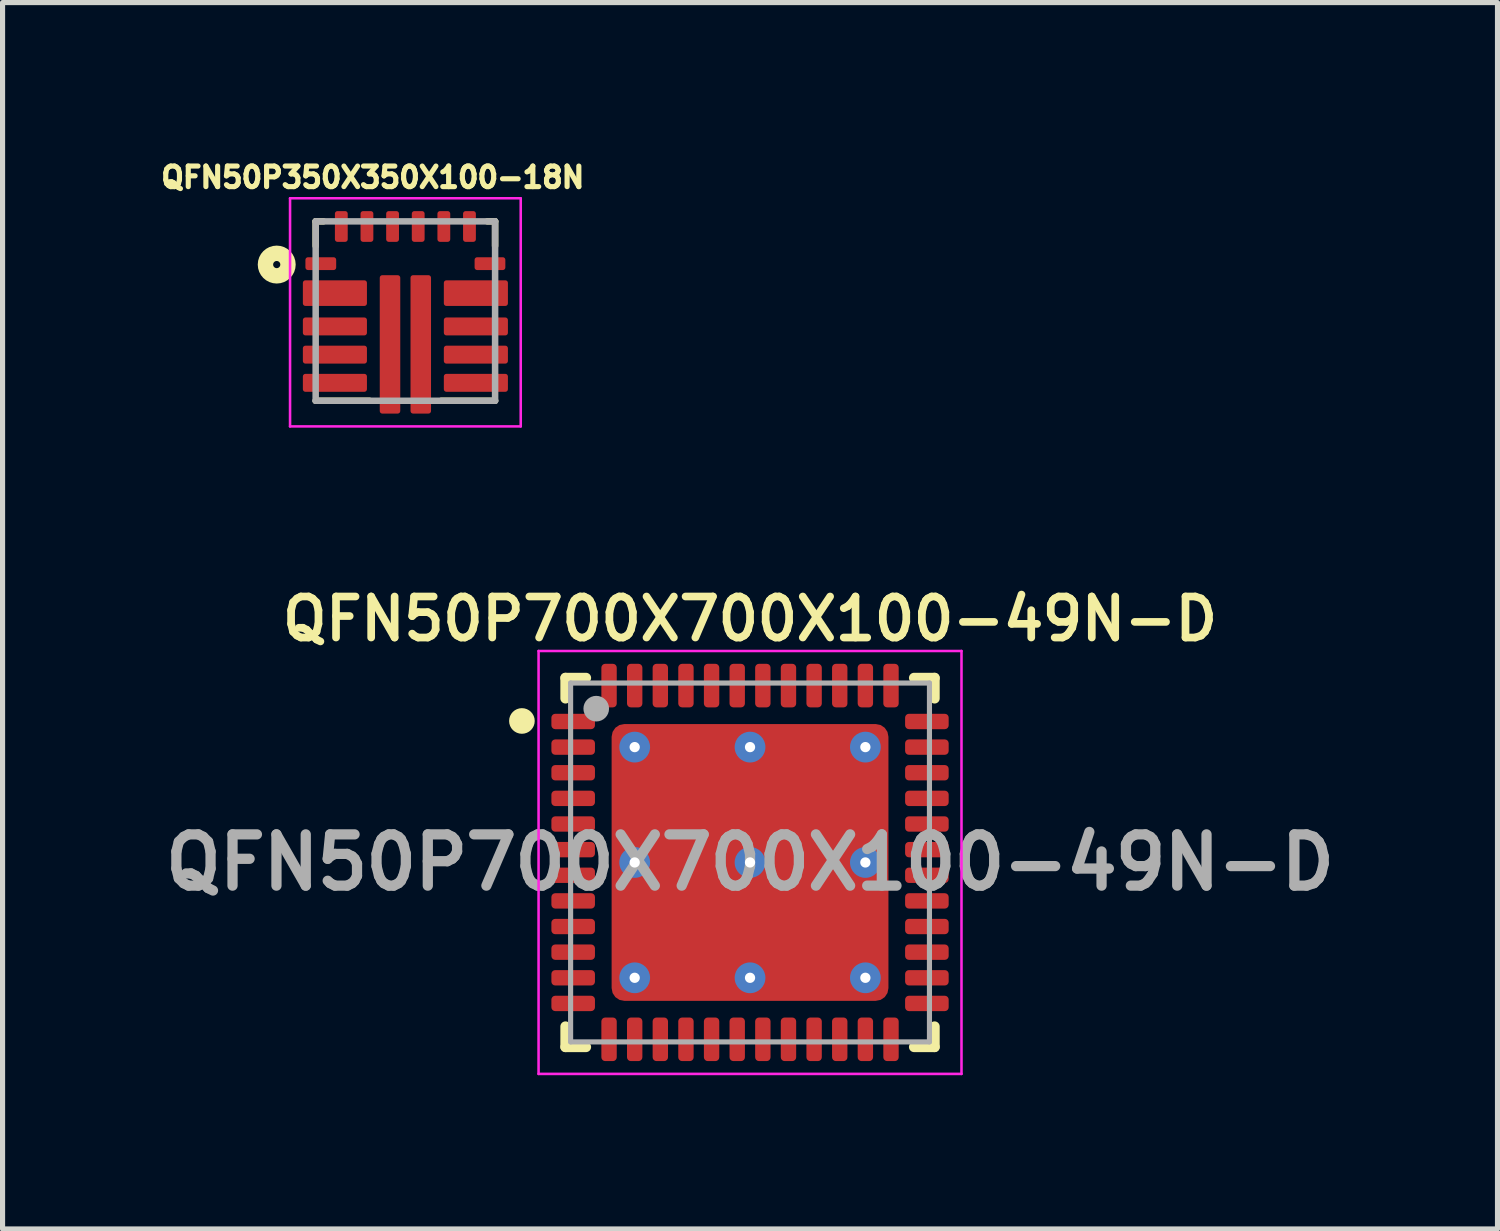
<source format=kicad_pcb>
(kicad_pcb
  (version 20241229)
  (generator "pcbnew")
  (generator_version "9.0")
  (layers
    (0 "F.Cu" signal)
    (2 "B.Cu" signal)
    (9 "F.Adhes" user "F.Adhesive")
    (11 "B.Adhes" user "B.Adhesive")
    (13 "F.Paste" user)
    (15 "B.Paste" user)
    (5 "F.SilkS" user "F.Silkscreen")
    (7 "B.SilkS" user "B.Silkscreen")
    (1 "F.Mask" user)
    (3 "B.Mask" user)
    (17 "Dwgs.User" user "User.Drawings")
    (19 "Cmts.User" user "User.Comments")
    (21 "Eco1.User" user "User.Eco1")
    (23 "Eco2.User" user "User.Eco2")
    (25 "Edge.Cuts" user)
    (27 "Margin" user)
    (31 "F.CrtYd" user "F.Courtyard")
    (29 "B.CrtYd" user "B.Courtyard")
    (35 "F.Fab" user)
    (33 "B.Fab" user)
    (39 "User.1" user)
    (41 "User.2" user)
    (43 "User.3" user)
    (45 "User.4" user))
  (footprint "QFN50P350X350X100-18N"
    (layer "F.Cu")
    (at 4.858 3.018)
    (property "Reference" "QFN50P350X350X100-18N" (at -0.636 -2.608 0) (layer "F.SilkS") (effects (font (size 0.401 0.401) (thickness 0.1))))
    (attr smd)
    (fp_line (start -1.75 -1.75) (end -1.75 -1.27) (stroke (width 0.127) (type solid)) (layer "F.SilkS"))
    (fp_line (start -1.6 -1.75) (end -1.75 -1.75) (stroke (width 0.127) (type solid)) (layer "F.SilkS"))
    (fp_line (start -0.7 1.75) (end -1.75 1.75) (stroke (width 0.127) (type solid)) (layer "F.SilkS"))
    (fp_line (start 1.6 -1.75) (end 1.75 -1.75) (stroke (width 0.127) (type solid)) (layer "F.SilkS"))
    (fp_line (start 1.75 -1.75) (end 1.75 -1.27) (stroke (width 0.127) (type solid)) (layer "F.SilkS"))
    (fp_line (start 1.75 1.75) (end 0.7 1.75) (stroke (width 0.127) (type solid)) (layer "F.SilkS"))
    (fp_circle (center -2.51 -0.907) (end -2.44 -0.907) (stroke (width 0.3) (type solid)) (fill no) (layer "F.SilkS"))
    (fp_poly (pts (xy -1.953 1.275) (xy -0.8 1.275) (xy -0.8 1.528) (xy -1.953 1.528)) (stroke (width 0.01) (type solid)) (fill yes) (layer "F.Paste"))
    (fp_poly (pts (xy -1.95 0.725) (xy -0.8 0.725) (xy -0.8 0.975) (xy -1.95 0.975)) (stroke (width 0.01) (type solid)) (fill yes) (layer "F.Paste"))
    (fp_poly (pts (xy -1.95 0.175) (xy -0.8 0.175) (xy -0.8 0.425) (xy -1.95 0.425)) (stroke (width 0.01) (type solid)) (fill yes) (layer "F.Paste"))
    (fp_poly (pts (xy -1.95 -0.53) (xy -0.8 -0.53) (xy -0.8 -0.17) (xy -1.95 -0.17)) (stroke (width 0.01) (type solid)) (fill yes) (layer "F.Paste"))
    (fp_poly (pts (xy -0.451 1.218) (xy -0.15 1.218) (xy -0.15 1.954) (xy -0.451 1.954)) (stroke (width 0.01) (type solid)) (fill yes) (layer "F.Paste"))
    (fp_poly (pts (xy -0.451 0.284) (xy -0.15 0.284) (xy -0.15 1.019) (xy -0.451 1.019)) (stroke (width 0.01) (type solid)) (fill yes) (layer "F.Paste"))
    (fp_poly (pts (xy -0.45 -0.649) (xy -0.15 -0.649) (xy -0.15 0.084) (xy -0.45 0.084)) (stroke (width 0.01) (type solid)) (fill yes) (layer "F.Paste"))
    (fp_poly (pts (xy 0.15 -0.649) (xy 0.45 -0.649) (xy 0.45 0.084) (xy 0.15 0.084)) (stroke (width 0.01) (type solid)) (fill yes) (layer "F.Paste"))
    (fp_poly (pts (xy 0.15 1.218) (xy 0.45 1.218) (xy 0.45 1.954) (xy 0.15 1.954)) (stroke (width 0.01) (type solid)) (fill yes) (layer "F.Paste"))
    (fp_poly (pts (xy 0.15 0.284) (xy 0.45 0.284) (xy 0.45 1.02) (xy 0.15 1.02)) (stroke (width 0.01) (type solid)) (fill yes) (layer "F.Paste"))
    (fp_poly (pts (xy 0.8 -0.53) (xy 1.95 -0.53) (xy 1.95 -0.17) (xy 0.8 -0.17)) (stroke (width 0.01) (type solid)) (fill yes) (layer "F.Paste"))
    (fp_poly (pts (xy 0.801 1.275) (xy 1.95 1.275) (xy 1.95 1.526) (xy 0.801 1.526)) (stroke (width 0.01) (type solid)) (fill yes) (layer "F.Paste"))
    (fp_poly (pts (xy 0.801 0.725) (xy 1.95 0.725) (xy 1.95 0.976) (xy 0.801 0.976)) (stroke (width 0.01) (type solid)) (fill yes) (layer "F.Paste"))
    (fp_poly (pts (xy 0.801 0.175) (xy 1.95 0.175) (xy 1.95 0.426) (xy 0.801 0.426)) (stroke (width 0.01) (type solid)) (fill yes) (layer "F.Paste"))
    (fp_line (start -2.25 -2.2) (end 2.25 -2.2) (stroke (width 0.05) (type solid)) (layer "F.CrtYd"))
    (fp_line (start -2.25 2.25) (end -2.25 -2.2) (stroke (width 0.05) (type solid)) (layer "F.CrtYd"))
    (fp_line (start 2.25 -2.2) (end 2.25 2.25) (stroke (width 0.05) (type solid)) (layer "F.CrtYd"))
    (fp_line (start 2.25 2.25) (end -2.25 2.25) (stroke (width 0.05) (type solid)) (layer "F.CrtYd"))
    (fp_line (start -1.75 -1.75) (end 1.75 -1.75) (stroke (width 0.127) (type solid)) (layer "F.Fab"))
    (fp_line (start -1.75 1.75) (end -1.75 -1.75) (stroke (width 0.127) (type solid)) (layer "F.Fab"))
    (fp_line (start 1.75 -1.75) (end 1.75 1.75) (stroke (width 0.127) (type solid)) (layer "F.Fab"))
    (fp_line (start 1.75 1.75) (end -1.75 1.75) (stroke (width 0.127) (type solid)) (layer "F.Fab"))
    (pad "1" smd roundrect (at -1.65 -0.925) (size 0.6 0.25) (layers "F.Cu" "F.Mask" "F.Paste") (roundrect_rratio 0.2))
    (pad "2" smd roundrect (at -1.375 -0.35) (size 1.25 0.5) (layers "F.Cu" "F.Mask") (roundrect_rratio 0.1))
    (pad "3" smd roundrect (at -1.375 0.3) (size 1.25 0.35) (layers "F.Cu" "F.Mask") (roundrect_rratio 0.143))
    (pad "4" smd roundrect (at -1.375 0.85) (size 1.25 0.35) (layers "F.Cu" "F.Mask") (roundrect_rratio 0.143))
    (pad "5" smd roundrect (at -1.375 1.4) (size 1.25 0.35) (layers "F.Cu" "F.Mask") (roundrect_rratio 0.143))
    (pad "6" smd roundrect (at -0.3 0.65) (size 0.4 2.7) (layers "F.Cu" "F.Mask") (roundrect_rratio 0.125))
    (pad "7" smd roundrect (at 0.3 0.65) (size 0.4 2.7) (layers "F.Cu" "F.Mask") (roundrect_rratio 0.125))
    (pad "8" smd roundrect (at 1.375 1.4) (size 1.25 0.35) (layers "F.Cu" "F.Mask") (roundrect_rratio 0.143))
    (pad "9" smd roundrect (at 1.375 0.85) (size 1.25 0.35) (layers "F.Cu" "F.Mask") (roundrect_rratio 0.143))
    (pad "10" smd roundrect (at 1.375 0.3) (size 1.25 0.35) (layers "F.Cu" "F.Mask") (roundrect_rratio 0.143))
    (pad "11" smd roundrect (at 1.375 -0.35) (size 1.25 0.5) (layers "F.Cu" "F.Mask") (roundrect_rratio 0.1))
    (pad "12" smd roundrect (at 1.65 -0.925) (size 0.6 0.25) (layers "F.Cu" "F.Mask" "F.Paste") (roundrect_rratio 0.2))
    (pad "13" smd roundrect (at 1.25 -1.65) (size 0.25 0.6) (layers "F.Cu" "F.Mask" "F.Paste") (roundrect_rratio 0.2))
    (pad "14" smd roundrect (at 0.75 -1.65) (size 0.25 0.6) (layers "F.Cu" "F.Mask" "F.Paste") (roundrect_rratio 0.2))
    (pad "15" smd roundrect (at 0.25 -1.65) (size 0.25 0.6) (layers "F.Cu" "F.Mask" "F.Paste") (roundrect_rratio 0.2))
    (pad "16" smd roundrect (at -0.25 -1.65) (size 0.25 0.6) (layers "F.Cu" "F.Mask" "F.Paste") (roundrect_rratio 0.2))
    (pad "17" smd roundrect (at -0.75 -1.65) (size 0.25 0.6) (layers "F.Cu" "F.Mask" "F.Paste") (roundrect_rratio 0.2))
    (pad "18" smd roundrect (at -1.25 -1.65) (size 0.25 0.6) (layers "F.Cu" "F.Mask" "F.Paste") (roundrect_rratio 0.2)))
  (footprint "QFN50P700X700X100-49N-D"
    (layer "F.Cu")
    (at 11.581 13.774)
    (property "Reference" "QFN50P700X700X100-49N-D" (at 0 -4.75 0) (layer "F.SilkS") (effects (font (size 0.8 0.8) (thickness 0.15) (bold yes))))
    (attr smd)
    (fp_line (start -3.6 -3.6) (end -3.2 -3.6) (stroke (width 0.2) (type default)) (layer "F.SilkS"))
    (fp_line (start -3.6 -3.2) (end -3.6 -3.6) (stroke (width 0.2) (type default)) (layer "F.SilkS"))
    (fp_line (start -3.6 3.2) (end -3.6 3.6) (stroke (width 0.2) (type default)) (layer "F.SilkS"))
    (fp_line (start -3.6 3.6) (end -3.2 3.6) (stroke (width 0.2) (type default)) (layer "F.SilkS"))
    (fp_line (start 3.6 -3.6) (end 3.2 -3.6) (stroke (width 0.2) (type default)) (layer "F.SilkS"))
    (fp_line (start 3.6 -3.2) (end 3.6 -3.6) (stroke (width 0.2) (type default)) (layer "F.SilkS"))
    (fp_line (start 3.6 3.2) (end 3.6 3.6) (stroke (width 0.2) (type default)) (layer "F.SilkS"))
    (fp_line (start 3.6 3.6) (end 3.2 3.6) (stroke (width 0.2) (type default)) (layer "F.SilkS"))
    (fp_circle (center -4.45 -2.76) (end -4.45 -2.635) (stroke (width 0.25) (type solid)) (fill no) (layer "F.SilkS"))
    (fp_line (start -4.125 -4.125) (end 4.125 -4.125) (stroke (width 0.05) (type solid)) (layer "F.CrtYd"))
    (fp_line (start -4.125 4.125) (end -4.125 -4.125) (stroke (width 0.05) (type solid)) (layer "F.CrtYd"))
    (fp_line (start 4.125 -4.125) (end 4.125 4.125) (stroke (width 0.05) (type solid)) (layer "F.CrtYd"))
    (fp_line (start 4.125 4.125) (end -4.125 4.125) (stroke (width 0.05) (type solid)) (layer "F.CrtYd"))
    (fp_line (start -3.5 -3.5) (end 3.5 -3.5) (stroke (width 0.1) (type solid)) (layer "F.Fab"))
    (fp_line (start -3.5 3.5) (end -3.5 -3.5) (stroke (width 0.1) (type solid)) (layer "F.Fab"))
    (fp_line (start 3.5 -3.5) (end 3.5 3.5) (stroke (width 0.1) (type solid)) (layer "F.Fab"))
    (fp_line (start 3.5 3.5) (end -3.5 3.5) (stroke (width 0.1) (type solid)) (layer "F.Fab"))
    (fp_circle (center -3 -3) (end -3 -2.875) (stroke (width 0.25) (type solid)) (fill no) (layer "F.Fab"))
    (fp_text user "${REFERENCE}" (at 0 0 0) (layer "F.Fab") (effects (font (size 1 1) (thickness 0.2) (bold yes))))
    (pad "1" smd roundrect (at -3.45 -2.75 90) (size 0.3 0.85) (layers "F.Cu" "F.Mask" "F.Paste") (roundrect_rratio 0.25))
    (pad "2" smd roundrect (at -3.45 -2.25 90) (size 0.3 0.85) (layers "F.Cu" "F.Mask" "F.Paste") (roundrect_rratio 0.25))
    (pad "3" smd roundrect (at -3.45 -1.75 90) (size 0.3 0.85) (layers "F.Cu" "F.Mask" "F.Paste") (roundrect_rratio 0.25))
    (pad "4" smd roundrect (at -3.45 -1.25 90) (size 0.3 0.85) (layers "F.Cu" "F.Mask" "F.Paste") (roundrect_rratio 0.25))
    (pad "5" smd roundrect (at -3.45 -0.75 90) (size 0.3 0.85) (layers "F.Cu" "F.Mask" "F.Paste") (roundrect_rratio 0.25))
    (pad "6" smd roundrect (at -3.45 -0.25 90) (size 0.3 0.85) (layers "F.Cu" "F.Mask" "F.Paste") (roundrect_rratio 0.25))
    (pad "7" smd roundrect (at -3.45 0.25 90) (size 0.3 0.85) (layers "F.Cu" "F.Mask" "F.Paste") (roundrect_rratio 0.25))
    (pad "8" smd roundrect (at -3.45 0.75 90) (size 0.3 0.85) (layers "F.Cu" "F.Mask" "F.Paste") (roundrect_rratio 0.25))
    (pad "9" smd roundrect (at -3.45 1.25 90) (size 0.3 0.85) (layers "F.Cu" "F.Mask" "F.Paste") (roundrect_rratio 0.25))
    (pad "10" smd roundrect (at -3.45 1.75 90) (size 0.3 0.85) (layers "F.Cu" "F.Mask" "F.Paste") (roundrect_rratio 0.25))
    (pad "11" smd roundrect (at -3.45 2.25 90) (size 0.3 0.85) (layers "F.Cu" "F.Mask" "F.Paste") (roundrect_rratio 0.25))
    (pad "12" smd roundrect (at -3.45 2.75 90) (size 0.3 0.85) (layers "F.Cu" "F.Mask" "F.Paste") (roundrect_rratio 0.25))
    (pad "13" smd roundrect (at -2.75 3.45) (size 0.3 0.85) (layers "F.Cu" "F.Mask" "F.Paste") (roundrect_rratio 0.25))
    (pad "14" smd roundrect (at -2.25 3.45) (size 0.3 0.85) (layers "F.Cu" "F.Mask" "F.Paste") (roundrect_rratio 0.25))
    (pad "15" smd roundrect (at -1.75 3.45) (size 0.3 0.85) (layers "F.Cu" "F.Mask" "F.Paste") (roundrect_rratio 0.25))
    (pad "16" smd roundrect (at -1.25 3.45) (size 0.3 0.85) (layers "F.Cu" "F.Mask" "F.Paste") (roundrect_rratio 0.25))
    (pad "17" smd roundrect (at -0.75 3.45) (size 0.3 0.85) (layers "F.Cu" "F.Mask" "F.Paste") (roundrect_rratio 0.25))
    (pad "18" smd roundrect (at -0.25 3.45) (size 0.3 0.85) (layers "F.Cu" "F.Mask" "F.Paste") (roundrect_rratio 0.25))
    (pad "19" smd roundrect (at 0.25 3.45) (size 0.3 0.85) (layers "F.Cu" "F.Mask" "F.Paste") (roundrect_rratio 0.25))
    (pad "20" smd roundrect (at 0.75 3.45) (size 0.3 0.85) (layers "F.Cu" "F.Mask" "F.Paste") (roundrect_rratio 0.25))
    (pad "21" smd roundrect (at 1.25 3.45) (size 0.3 0.85) (layers "F.Cu" "F.Mask" "F.Paste") (roundrect_rratio 0.25))
    (pad "22" smd roundrect (at 1.75 3.45) (size 0.3 0.85) (layers "F.Cu" "F.Mask" "F.Paste") (roundrect_rratio 0.25))
    (pad "23" smd roundrect (at 2.25 3.45) (size 0.3 0.85) (layers "F.Cu" "F.Mask" "F.Paste") (roundrect_rratio 0.25))
    (pad "24" smd roundrect (at 2.75 3.45) (size 0.3 0.85) (layers "F.Cu" "F.Mask" "F.Paste") (roundrect_rratio 0.25))
    (pad "25" smd roundrect (at 3.45 2.75 90) (size 0.3 0.85) (layers "F.Cu" "F.Mask" "F.Paste") (roundrect_rratio 0.25))
    (pad "26" smd roundrect (at 3.45 2.25 90) (size 0.3 0.85) (layers "F.Cu" "F.Mask" "F.Paste") (roundrect_rratio 0.25))
    (pad "27" smd roundrect (at 3.45 1.75 90) (size 0.3 0.85) (layers "F.Cu" "F.Mask" "F.Paste") (roundrect_rratio 0.25))
    (pad "28" smd roundrect (at 3.45 1.25 90) (size 0.3 0.85) (layers "F.Cu" "F.Mask" "F.Paste") (roundrect_rratio 0.25))
    (pad "29" smd roundrect (at 3.45 0.75 90) (size 0.3 0.85) (layers "F.Cu" "F.Mask" "F.Paste") (roundrect_rratio 0.25))
    (pad "30" smd roundrect (at 3.45 0.25 90) (size 0.3 0.85) (layers "F.Cu" "F.Mask" "F.Paste") (roundrect_rratio 0.25))
    (pad "31" smd roundrect (at 3.45 -0.25 90) (size 0.3 0.85) (layers "F.Cu" "F.Mask" "F.Paste") (roundrect_rratio 0.25))
    (pad "32" smd roundrect (at 3.45 -0.75 90) (size 0.3 0.85) (layers "F.Cu" "F.Mask" "F.Paste") (roundrect_rratio 0.25))
    (pad "33" smd roundrect (at 3.45 -1.25 90) (size 0.3 0.85) (layers "F.Cu" "F.Mask" "F.Paste") (roundrect_rratio 0.25))
    (pad "34" smd roundrect (at 3.45 -1.75 90) (size 0.3 0.85) (layers "F.Cu" "F.Mask" "F.Paste") (roundrect_rratio 0.25))
    (pad "35" smd roundrect (at 3.45 -2.25 90) (size 0.3 0.85) (layers "F.Cu" "F.Mask" "F.Paste") (roundrect_rratio 0.25))
    (pad "36" smd roundrect (at 3.45 -2.75 90) (size 0.3 0.85) (layers "F.Cu" "F.Mask" "F.Paste") (roundrect_rratio 0.25))
    (pad "37" smd roundrect (at 2.75 -3.45) (size 0.3 0.85) (layers "F.Cu" "F.Mask" "F.Paste") (roundrect_rratio 0.25))
    (pad "38" smd roundrect (at 2.25 -3.45) (size 0.3 0.85) (layers "F.Cu" "F.Mask" "F.Paste") (roundrect_rratio 0.25))
    (pad "39" smd roundrect (at 1.75 -3.45) (size 0.3 0.85) (layers "F.Cu" "F.Mask" "F.Paste") (roundrect_rratio 0.25))
    (pad "40" smd roundrect (at 1.25 -3.45) (size 0.3 0.85) (layers "F.Cu" "F.Mask" "F.Paste") (roundrect_rratio 0.25))
    (pad "41" smd roundrect (at 0.75 -3.45) (size 0.3 0.85) (layers "F.Cu" "F.Mask" "F.Paste") (roundrect_rratio 0.25))
    (pad "42" smd roundrect (at 0.25 -3.45) (size 0.3 0.85) (layers "F.Cu" "F.Mask" "F.Paste") (roundrect_rratio 0.25))
    (pad "43" smd roundrect (at -0.25 -3.45) (size 0.3 0.85) (layers "F.Cu" "F.Mask" "F.Paste") (roundrect_rratio 0.25))
    (pad "44" smd roundrect (at -0.75 -3.45) (size 0.3 0.85) (layers "F.Cu" "F.Mask" "F.Paste") (roundrect_rratio 0.25))
    (pad "45" smd roundrect (at -1.25 -3.45) (size 0.3 0.85) (layers "F.Cu" "F.Mask" "F.Paste") (roundrect_rratio 0.25))
    (pad "46" smd roundrect (at -1.75 -3.45) (size 0.3 0.85) (layers "F.Cu" "F.Mask" "F.Paste") (roundrect_rratio 0.25))
    (pad "47" smd roundrect (at -2.25 -3.45) (size 0.3 0.85) (layers "F.Cu" "F.Mask" "F.Paste") (roundrect_rratio 0.25))
    (pad "48" smd roundrect (at -2.75 -3.45) (size 0.3 0.85) (layers "F.Cu" "F.Mask" "F.Paste") (roundrect_rratio 0.25))
    (pad "49" thru_hole circle (at -2.25 -2.25) (size 0.6 0.6) (drill 0.2) (layers "*.Cu" "*.Mask"))
    (pad "49" thru_hole circle (at -2.25 0 90) (size 0.6 0.6) (drill 0.2) (layers "*.Cu" "*.Mask"))
    (pad "49" thru_hole circle (at -2.25 2.25 180) (size 0.6 0.6) (drill 0.2) (layers "*.Cu" "*.Mask"))
    (pad "49" thru_hole circle (at 0 -2.25) (size 0.6 0.6) (drill 0.2) (layers "*.Cu" "*.Mask"))
    (pad "49" thru_hole circle (at 0 0) (size 0.6 0.6) (drill 0.2) (layers "*.Cu" "*.Mask"))
    (pad "49" smd roundrect (at 0 0) (size 5.4 5.4) (layers "*.Mask" "F.Cu" "F.Paste") (roundrect_rratio 0.046))
    (pad "49" thru_hole circle (at 0 2.25 180) (size 0.6 0.6) (drill 0.2) (layers "*.Cu" "*.Mask"))
    (pad "49" thru_hole circle (at 2.25 -2.25) (size 0.6 0.6) (drill 0.2) (layers "*.Cu" "*.Mask"))
    (pad "49" thru_hole circle (at 2.25 0 270) (size 0.6 0.6) (drill 0.2) (layers "*.Cu" "*.Mask"))
    (pad "49" thru_hole circle (at 2.25 2.25 180) (size 0.6 0.6) (drill 0.2) (layers "*.Cu" "*.Mask")))
  (gr_rect
    (start -3 -3)
    (end 26.162 20.924)
    (stroke (width 0.1) (type default))
    (fill no)
    (layer "Edge.Cuts")))
</source>
